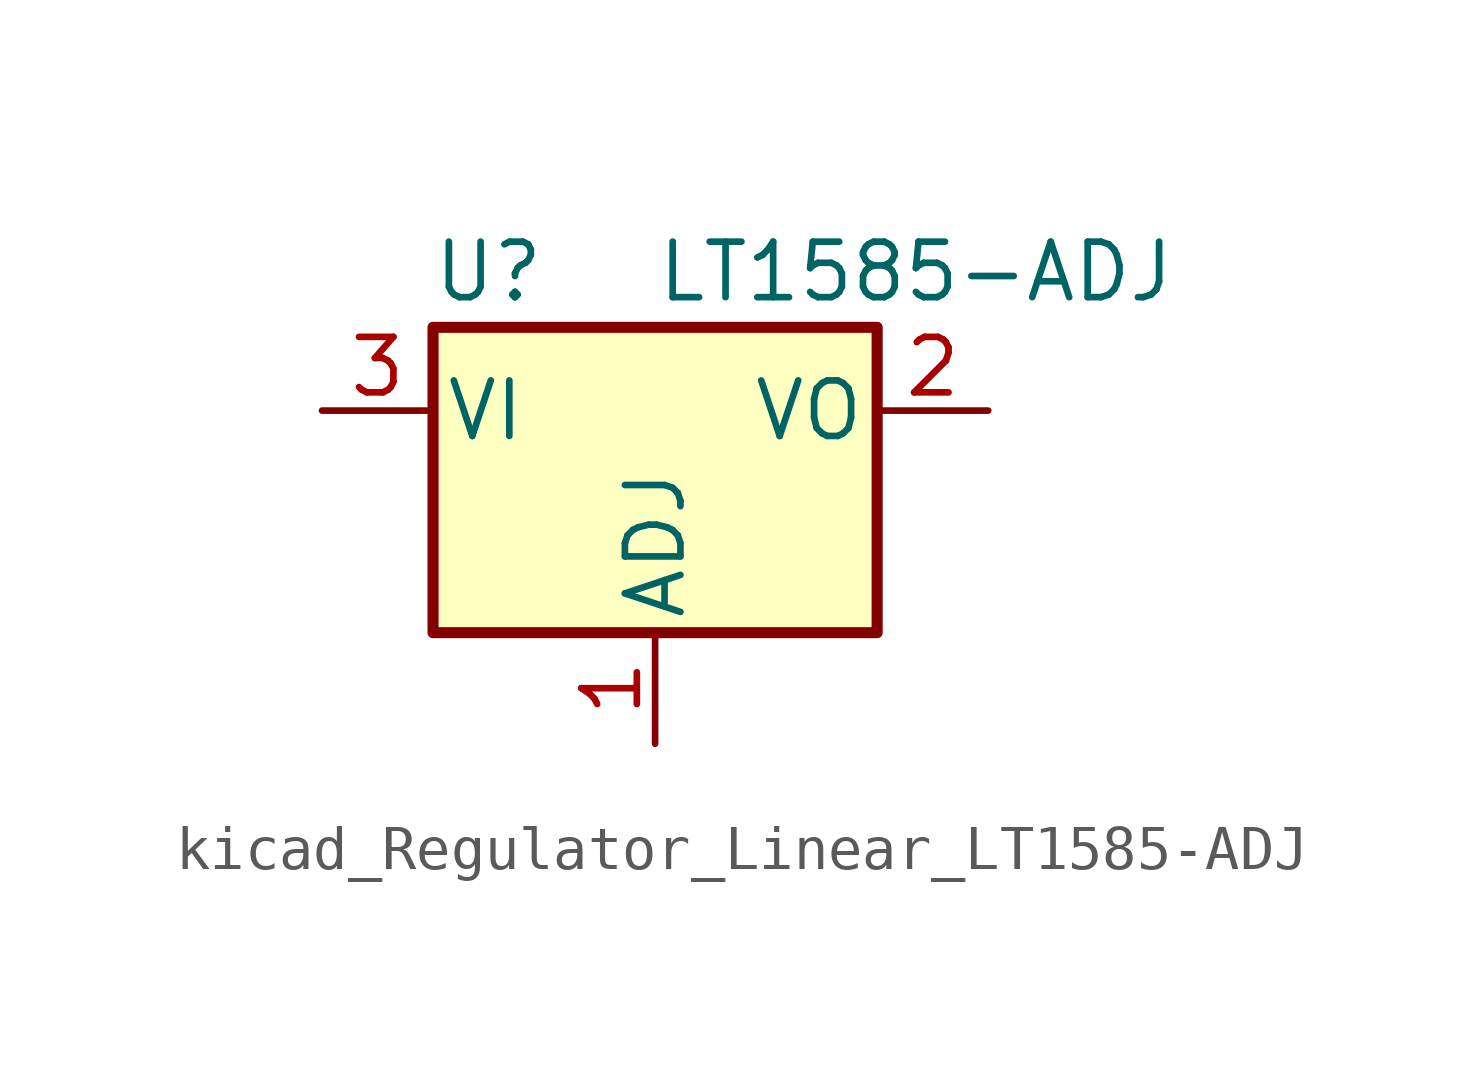
<source format=kicad_sym>
(kicad_symbol_lib
  (version 20220914)
  (generator kicad_symbol_editor)
  (symbol "kicad_Regulator_Linear_LT1585-ADJ"
    (pin_names
      (offset 0.254))
    (property "Reference" "U"
      (at -3.81 3.175 0)
      (effects (font (size 1.27 1.27))))
    (property "Value" "LT1585-ADJ"
      (at 0 3.175 0)
      (effects (font (size 1.27 1.27)) (justify left)))
    (symbol "kicad_Regulator_Linear_LT1585-ADJ_0_1"
      (rectangle (start -5.08 -5.08) (end 5.08 1.905) (stroke (width 0.254) (type default)) (fill (type background))))
    (symbol "kicad_Regulator_Linear_LT1585-ADJ_1_1"
      (pin input line (at 0 -7.62 90) (length 2.54) (name "ADJ" (effects (font (size 1.27 1.27)))) (number "1" (effects (font (size 1.27 1.27)))))
      (pin power_out line (at 7.62 0 180) (length 2.54) (name "VO" (effects (font (size 1.27 1.27)))) (number "2" (effects (font (size 1.27 1.27)))))
      (pin power_in line (at -7.62 0 0) (length 2.54) (name "VI" (effects (font (size 1.27 1.27)))) (number "3" (effects (font (size 1.27 1.27))))))))
</source>
